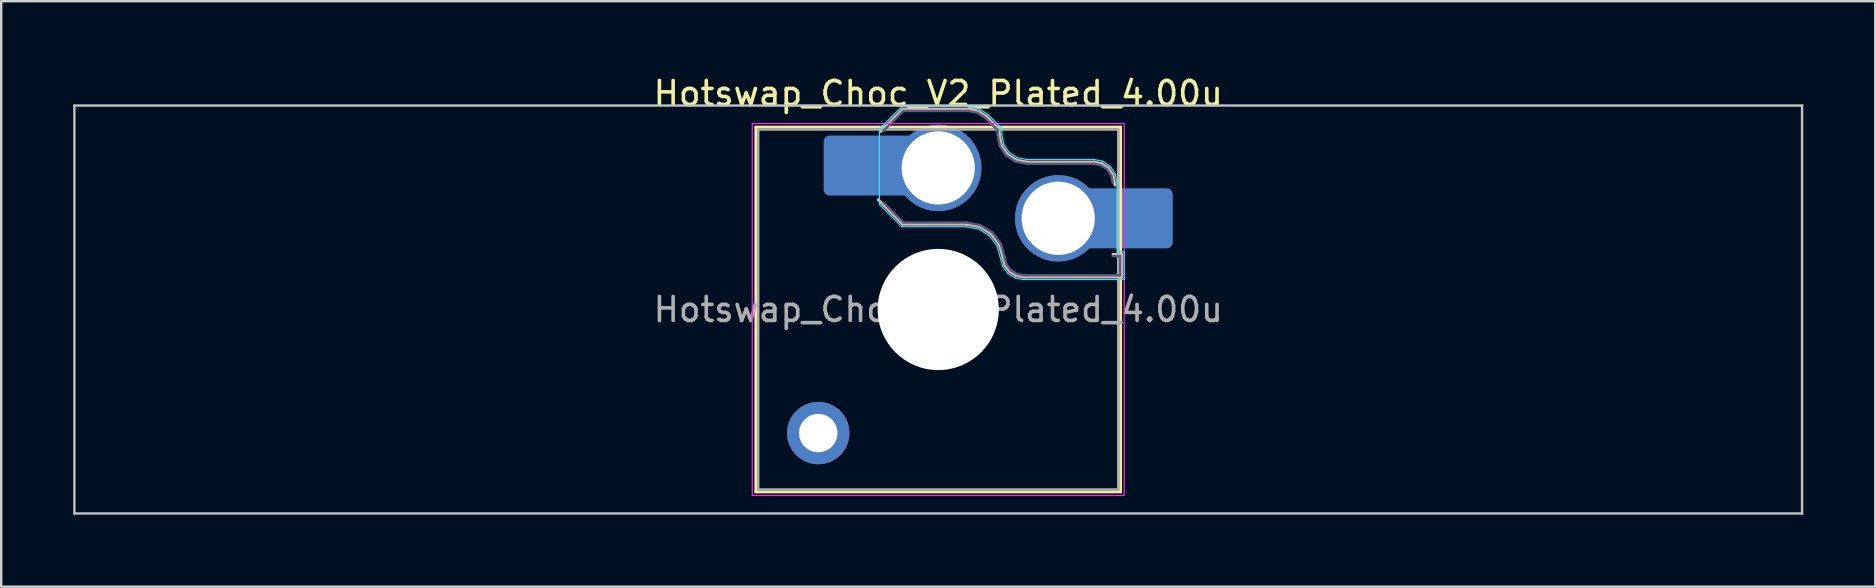
<source format=kicad_pcb>
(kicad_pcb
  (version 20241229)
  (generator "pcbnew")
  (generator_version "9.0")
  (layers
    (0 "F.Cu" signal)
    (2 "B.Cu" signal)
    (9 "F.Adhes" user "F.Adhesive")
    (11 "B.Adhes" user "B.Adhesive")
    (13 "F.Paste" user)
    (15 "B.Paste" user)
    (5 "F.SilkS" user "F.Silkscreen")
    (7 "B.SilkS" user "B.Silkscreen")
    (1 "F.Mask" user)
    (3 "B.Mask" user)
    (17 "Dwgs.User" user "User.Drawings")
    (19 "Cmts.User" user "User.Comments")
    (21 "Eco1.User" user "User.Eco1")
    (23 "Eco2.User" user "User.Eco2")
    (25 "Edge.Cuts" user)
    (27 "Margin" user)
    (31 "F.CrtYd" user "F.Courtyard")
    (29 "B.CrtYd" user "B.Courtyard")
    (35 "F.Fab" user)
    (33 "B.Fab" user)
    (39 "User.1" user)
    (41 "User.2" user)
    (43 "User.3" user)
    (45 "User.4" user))
  (footprint "Hotswap_Choc_V2_Plated_4.00u"
    (layer "F.Cu")
    (at 36.05 9.848)
    (property "Reference" "Hotswap_Choc_V2_Plated_4.00u" (at 0 -9 0) (layer "F.SilkS") (effects (font (size 1 1) (thickness 0.15))))
    (attr smd allow_soldermask_bridges)
    (fp_line (start -7.6 -7.6) (end -7.6 7.6) (stroke (width 0.12) (type solid)) (layer "F.SilkS"))
    (fp_line (start -7.6 7.6) (end 7.6 7.6) (stroke (width 0.12) (type solid)) (layer "F.SilkS"))
    (fp_line (start 7.6 -7.6) (end -7.6 -7.6) (stroke (width 0.12) (type solid)) (layer "F.SilkS"))
    (fp_line (start 7.6 7.6) (end 7.6 -7.6) (stroke (width 0.12) (type solid)) (layer "F.SilkS"))
    (fp_line (start -2.416 -7.409) (end -1.479 -8.346) (stroke (width 0.12) (type solid)) (layer "B.SilkS"))
    (fp_line (start -1.479 -8.346) (end 1.268 -8.346) (stroke (width 0.12) (type solid)) (layer "B.SilkS"))
    (fp_line (start -1.479 -3.554) (end -2.5 -4.575) (stroke (width 0.12) (type solid)) (layer "B.SilkS"))
    (fp_line (start 1.168 -3.554) (end -1.479 -3.554) (stroke (width 0.12) (type solid)) (layer "B.SilkS"))
    (fp_line (start 1.268 -8.346) (end 1.671 -8.266) (stroke (width 0.12) (type solid)) (layer "B.SilkS"))
    (fp_line (start 1.671 -8.266) (end 2.013 -8.037) (stroke (width 0.12) (type solid)) (layer "B.SilkS"))
    (fp_line (start 1.73 -3.449) (end 1.168 -3.554) (stroke (width 0.12) (type solid)) (layer "B.SilkS"))
    (fp_line (start 2.013 -8.037) (end 2.546 -7.504) (stroke (width 0.12) (type solid)) (layer "B.SilkS"))
    (fp_line (start 2.209 -3.15) (end 1.73 -3.449) (stroke (width 0.12) (type solid)) (layer "B.SilkS"))
    (fp_line (start 2.546 -7.504) (end 2.546 -7.282) (stroke (width 0.12) (type solid)) (layer "B.SilkS"))
    (fp_line (start 2.546 -7.282) (end 2.633 -6.844) (stroke (width 0.12) (type solid)) (layer "B.SilkS"))
    (fp_line (start 2.547 -2.697) (end 2.209 -3.15) (stroke (width 0.12) (type solid)) (layer "B.SilkS"))
    (fp_line (start 2.633 -6.844) (end 2.877 -6.477) (stroke (width 0.12) (type solid)) (layer "B.SilkS"))
    (fp_line (start 2.701 -2.139) (end 2.547 -2.697) (stroke (width 0.12) (type solid)) (layer "B.SilkS"))
    (fp_line (start 2.783 -1.841) (end 2.701 -2.139) (stroke (width 0.12) (type solid)) (layer "B.SilkS"))
    (fp_line (start 2.877 -6.477) (end 3.244 -6.233) (stroke (width 0.12) (type solid)) (layer "B.SilkS"))
    (fp_line (start 2.976 -1.583) (end 2.783 -1.841) (stroke (width 0.12) (type solid)) (layer "B.SilkS"))
    (fp_line (start 3.244 -6.233) (end 3.682 -6.146) (stroke (width 0.12) (type solid)) (layer "B.SilkS"))
    (fp_line (start 3.25 -1.413) (end 2.976 -1.583) (stroke (width 0.12) (type solid)) (layer "B.SilkS"))
    (fp_line (start 3.56 -1.354) (end 3.25 -1.413) (stroke (width 0.12) (type solid)) (layer "B.SilkS"))
    (fp_line (start 3.682 -6.146) (end 6.482 -6.146) (stroke (width 0.12) (type solid)) (layer "B.SilkS"))
    (fp_line (start 6.482 -6.146) (end 6.809 -6.081) (stroke (width 0.12) (type solid)) (layer "B.SilkS"))
    (fp_line (start 6.809 -6.081) (end 7.092 -5.892) (stroke (width 0.12) (type solid)) (layer "B.SilkS"))
    (fp_line (start 7.092 -5.892) (end 7.281 -5.609) (stroke (width 0.12) (type solid)) (layer "B.SilkS"))
    (fp_line (start 7.281 -5.609) (end 7.366 -5.182) (stroke (width 0.12) (type solid)) (layer "B.SilkS"))
    (fp_line (start 7.283 -2.296) (end 7.646 -2.296) (stroke (width 0.12) (type solid)) (layer "B.SilkS"))
    (fp_line (start 7.646 -2.296) (end 7.646 -1.354) (stroke (width 0.12) (type solid)) (layer "B.SilkS"))
    (fp_line (start 7.646 -1.354) (end 3.56 -1.354) (stroke (width 0.12) (type solid)) (layer "B.SilkS"))
    (fp_line (start -36 -8.5) (end -36 8.5) (stroke (width 0.1) (type solid)) (layer "Dwgs.User"))
    (fp_line (start -36 8.5) (end 36 8.5) (stroke (width 0.1) (type solid)) (layer "Dwgs.User"))
    (fp_line (start 36 -8.5) (end -36 -8.5) (stroke (width 0.1) (type solid)) (layer "Dwgs.User"))
    (fp_line (start 36 8.5) (end 36 -8.5) (stroke (width 0.1) (type solid)) (layer "Dwgs.User"))
    (fp_line (start -7.25 -7.25) (end -7.25 7.25) (stroke (width 0.1) (type solid)) (layer "Eco1.User"))
    (fp_line (start -7.25 7.25) (end 7.25 7.25) (stroke (width 0.1) (type solid)) (layer "Eco1.User"))
    (fp_line (start 7.25 -7.25) (end -7.25 -7.25) (stroke (width 0.1) (type solid)) (layer "Eco1.User"))
    (fp_line (start 7.25 7.25) (end 7.25 -7.25) (stroke (width 0.1) (type solid)) (layer "Eco1.User"))
    (fp_line (start -2.452 -7.523) (end -1.523 -8.452) (stroke (width 0.05) (type solid)) (layer "B.CrtYd"))
    (fp_line (start -2.452 -4.377) (end -2.452 -7.523) (stroke (width 0.05) (type solid)) (layer "B.CrtYd"))
    (fp_line (start -1.523 -8.452) (end 1.278 -8.452) (stroke (width 0.05) (type solid)) (layer "B.CrtYd"))
    (fp_line (start -1.523 -3.448) (end -2.452 -4.377) (stroke (width 0.05) (type solid)) (layer "B.CrtYd"))
    (fp_line (start 1.159 -3.448) (end -1.523 -3.448) (stroke (width 0.05) (type solid)) (layer "B.CrtYd"))
    (fp_line (start 1.278 -8.452) (end 1.712 -8.366) (stroke (width 0.05) (type solid)) (layer "B.CrtYd"))
    (fp_line (start 1.691 -3.348) (end 1.159 -3.448) (stroke (width 0.05) (type solid)) (layer "B.CrtYd"))
    (fp_line (start 1.712 -8.366) (end 2.081 -8.119) (stroke (width 0.05) (type solid)) (layer "B.CrtYd"))
    (fp_line (start 2.081 -8.119) (end 2.652 -7.548) (stroke (width 0.05) (type solid)) (layer "B.CrtYd"))
    (fp_line (start 2.136 -3.071) (end 1.691 -3.348) (stroke (width 0.05) (type solid)) (layer "B.CrtYd"))
    (fp_line (start 2.45 -2.65) (end 2.136 -3.071) (stroke (width 0.05) (type solid)) (layer "B.CrtYd"))
    (fp_line (start 2.599 -2.111) (end 2.45 -2.65) (stroke (width 0.05) (type solid)) (layer "B.CrtYd"))
    (fp_line (start 2.652 -7.548) (end 2.652 -7.292) (stroke (width 0.05) (type solid)) (layer "B.CrtYd"))
    (fp_line (start 2.652 -7.292) (end 2.733 -6.885) (stroke (width 0.05) (type solid)) (layer "B.CrtYd"))
    (fp_line (start 2.687 -1.794) (end 2.599 -2.111) (stroke (width 0.05) (type solid)) (layer "B.CrtYd"))
    (fp_line (start 2.733 -6.885) (end 2.953 -6.553) (stroke (width 0.05) (type solid)) (layer "B.CrtYd"))
    (fp_line (start 2.903 -1.503) (end 2.687 -1.794) (stroke (width 0.05) (type solid)) (layer "B.CrtYd"))
    (fp_line (start 2.953 -6.553) (end 3.285 -6.333) (stroke (width 0.05) (type solid)) (layer "B.CrtYd"))
    (fp_line (start 3.211 -1.312) (end 2.903 -1.503) (stroke (width 0.05) (type solid)) (layer "B.CrtYd"))
    (fp_line (start 3.285 -6.333) (end 3.692 -6.252) (stroke (width 0.05) (type solid)) (layer "B.CrtYd"))
    (fp_line (start 3.55 -1.248) (end 3.211 -1.312) (stroke (width 0.05) (type solid)) (layer "B.CrtYd"))
    (fp_line (start 3.692 -6.252) (end 6.492 -6.252) (stroke (width 0.05) (type solid)) (layer "B.CrtYd"))
    (fp_line (start 6.492 -6.252) (end 6.85 -6.181) (stroke (width 0.05) (type solid)) (layer "B.CrtYd"))
    (fp_line (start 6.85 -6.181) (end 7.168 -5.968) (stroke (width 0.05) (type solid)) (layer "B.CrtYd"))
    (fp_line (start 7.168 -5.968) (end 7.381 -5.65) (stroke (width 0.05) (type solid)) (layer "B.CrtYd"))
    (fp_line (start 7.381 -5.65) (end 7.452 -5.292) (stroke (width 0.05) (type solid)) (layer "B.CrtYd"))
    (fp_line (start 7.452 -5.292) (end 7.452 -2.402) (stroke (width 0.05) (type solid)) (layer "B.CrtYd"))
    (fp_line (start 7.452 -2.402) (end 7.752 -2.402) (stroke (width 0.05) (type solid)) (layer "B.CrtYd"))
    (fp_line (start 7.752 -2.402) (end 7.752 -1.248) (stroke (width 0.05) (type solid)) (layer "B.CrtYd"))
    (fp_line (start 7.752 -1.248) (end 3.55 -1.248) (stroke (width 0.05) (type solid)) (layer "B.CrtYd"))
    (fp_line (start -7.75 -7.75) (end -7.75 7.75) (stroke (width 0.05) (type solid)) (layer "F.CrtYd"))
    (fp_line (start -7.75 7.75) (end 7.75 7.75) (stroke (width 0.05) (type solid)) (layer "F.CrtYd"))
    (fp_line (start 7.75 -7.75) (end -7.75 -7.75) (stroke (width 0.05) (type solid)) (layer "F.CrtYd"))
    (fp_line (start 7.75 7.75) (end 7.75 -7.75) (stroke (width 0.05) (type solid)) (layer "F.CrtYd"))
    (fp_line (start -2.275 -7.45) (end -1.45 -8.275) (stroke (width 0.1) (type solid)) (layer "B.Fab"))
    (fp_line (start -1.45 -8.275) (end 1.261 -8.275) (stroke (width 0.1) (type solid)) (layer "B.Fab"))
    (fp_line (start -1.45 -3.625) (end -2.275 -4.45) (stroke (width 0.1) (type solid)) (layer "B.Fab"))
    (fp_line (start 1.175 -3.625) (end -1.45 -3.625) (stroke (width 0.1) (type solid)) (layer "B.Fab"))
    (fp_line (start 1.261 -8.275) (end 1.643 -8.199) (stroke (width 0.1) (type solid)) (layer "B.Fab"))
    (fp_line (start 1.643 -8.199) (end 1.968 -7.982) (stroke (width 0.1) (type solid)) (layer "B.Fab"))
    (fp_line (start 1.756 -3.516) (end 1.175 -3.625) (stroke (width 0.1) (type solid)) (layer "B.Fab"))
    (fp_line (start 1.968 -7.982) (end 2.475 -7.475) (stroke (width 0.1) (type solid)) (layer "B.Fab"))
    (fp_line (start 2.258 -3.203) (end 1.756 -3.516) (stroke (width 0.1) (type solid)) (layer "B.Fab"))
    (fp_line (start 2.475 -7.475) (end 2.475 -7.275) (stroke (width 0.1) (type solid)) (layer "B.Fab"))
    (fp_line (start 2.475 -7.275) (end 2.566 -6.816) (stroke (width 0.1) (type solid)) (layer "B.Fab"))
    (fp_line (start 2.566 -6.816) (end 2.826 -6.426) (stroke (width 0.1) (type solid)) (layer "B.Fab"))
    (fp_line (start 2.612 -2.729) (end 2.258 -3.203) (stroke (width 0.1) (type solid)) (layer "B.Fab"))
    (fp_line (start 2.769 -2.158) (end 2.612 -2.729) (stroke (width 0.1) (type solid)) (layer "B.Fab"))
    (fp_line (start 2.826 -6.426) (end 3.216 -6.166) (stroke (width 0.1) (type solid)) (layer "B.Fab"))
    (fp_line (start 2.848 -1.873) (end 2.769 -2.158) (stroke (width 0.1) (type solid)) (layer "B.Fab"))
    (fp_line (start 3.025 -1.636) (end 2.848 -1.873) (stroke (width 0.1) (type solid)) (layer "B.Fab"))
    (fp_line (start 3.216 -6.166) (end 3.675 -6.075) (stroke (width 0.1) (type solid)) (layer "B.Fab"))
    (fp_line (start 3.276 -1.48) (end 3.025 -1.636) (stroke (width 0.1) (type solid)) (layer "B.Fab"))
    (fp_line (start 3.567 -1.425) (end 3.276 -1.48) (stroke (width 0.1) (type solid)) (layer "B.Fab"))
    (fp_line (start 3.675 -6.075) (end 6.475 -6.075) (stroke (width 0.1) (type solid)) (layer "B.Fab"))
    (fp_line (start 6.475 -6.075) (end 6.781 -6.014) (stroke (width 0.1) (type solid)) (layer "B.Fab"))
    (fp_line (start 6.781 -6.014) (end 7.041 -5.841) (stroke (width 0.1) (type solid)) (layer "B.Fab"))
    (fp_line (start 7.041 -5.841) (end 7.214 -5.581) (stroke (width 0.1) (type solid)) (layer "B.Fab"))
    (fp_line (start 7.214 -5.581) (end 7.275 -5.275) (stroke (width 0.1) (type solid)) (layer "B.Fab"))
    (fp_line (start 7.275 -2.225) (end 7.575 -2.225) (stroke (width 0.1) (type solid)) (layer "B.Fab"))
    (fp_line (start 7.575 -2.225) (end 7.575 -1.425) (stroke (width 0.1) (type solid)) (layer "B.Fab"))
    (fp_line (start 7.575 -1.425) (end 3.567 -1.425) (stroke (width 0.1) (type solid)) (layer "B.Fab"))
    (fp_line (start -7.5 -7.5) (end -7.5 7.5) (stroke (width 0.1) (type solid)) (layer "F.Fab"))
    (fp_line (start -7.5 7.5) (end 7.5 7.5) (stroke (width 0.1) (type solid)) (layer "F.Fab"))
    (fp_line (start 7.5 -7.5) (end -7.5 -7.5) (stroke (width 0.1) (type solid)) (layer "F.Fab"))
    (fp_line (start 7.5 7.5) (end 7.5 -7.5) (stroke (width 0.1) (type solid)) (layer "F.Fab"))
    (fp_text user "${REFERENCE}" (at 0 0 0) (layer "F.Fab") (effects (font (size 1 1) (thickness 0.15))))
    (pad "" thru_hole circle (at -5 5.15) (size 2.6 2.6) (drill 1.6) (layers "*.Cu" "*.Mask"))
    (pad "" smd roundrect (at -3.5 -6) (size 2.55 2.5) (layers "B.Mask" "B.Paste") (roundrect_rratio 0.1))
    (pad "" np_thru_hole circle (at 0 0) (size 5.05 5.05) (drill 5.05) (layers "*.Cu" "*.Mask"))
    (pad "" smd roundrect (at 8.5 -3.8) (size 2.55 2.5) (layers "B.Mask" "B.Paste") (roundrect_rratio 0.1))
    (pad "1" smd roundrect (at -2.85 -6) (size 3.85 2.5) (layers "B.Cu") (roundrect_rratio 0.1))
    (pad "1" thru_hole circle (at 0 -5.9) (size 3.6 3.6) (drill 3.05) (layers "*.Cu" "*.Mask"))
    (pad "2" thru_hole circle (at 5 -3.8) (size 3.6 3.6) (drill 3.05) (layers "*.Cu" "*.Mask"))
    (pad "2" smd roundrect (at 7.85 -3.8) (size 3.85 2.5) (layers "B.Cu") (roundrect_rratio 0.1)))
  (gr_rect
    (start -3 -3)
    (end 75.1 21.398)
    (stroke (width 0.1) (type default))
    (fill no)
    (layer "Edge.Cuts")))
</source>
